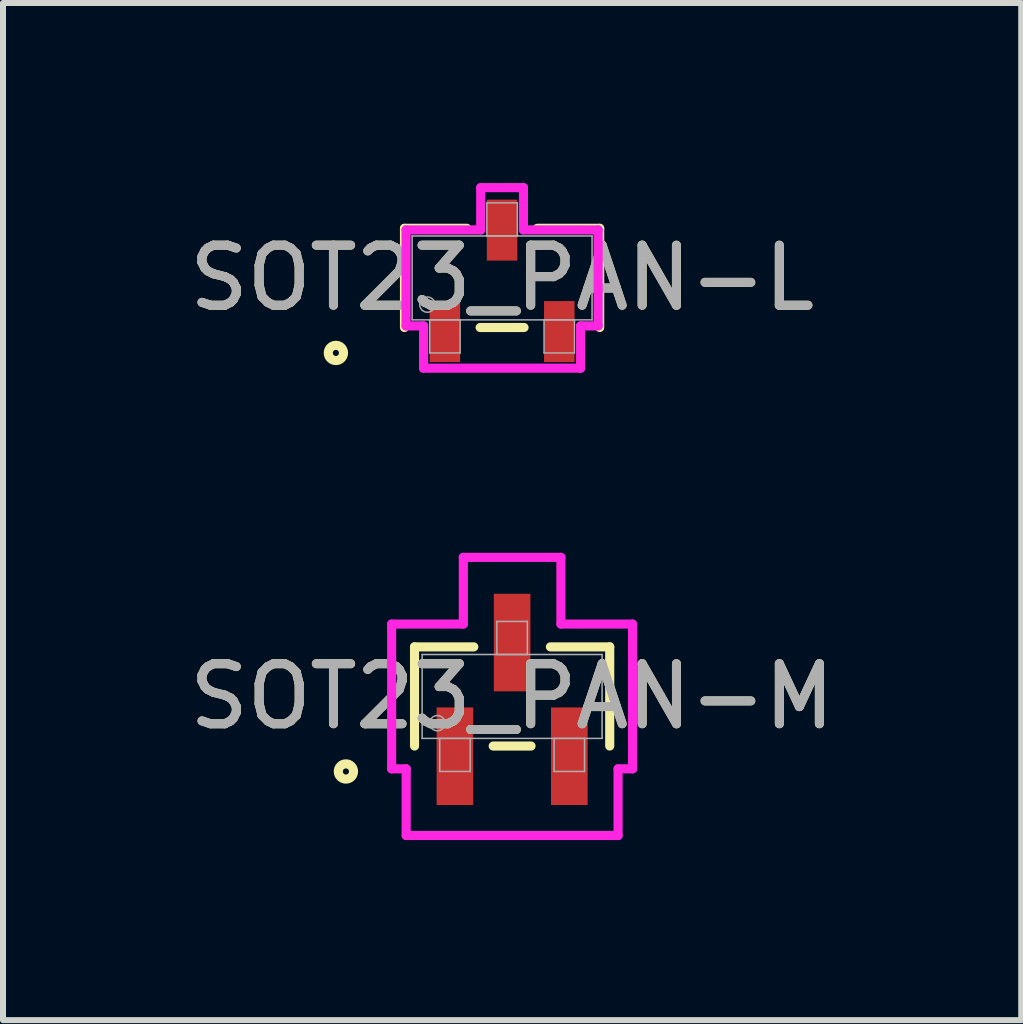
<source format=kicad_pcb>
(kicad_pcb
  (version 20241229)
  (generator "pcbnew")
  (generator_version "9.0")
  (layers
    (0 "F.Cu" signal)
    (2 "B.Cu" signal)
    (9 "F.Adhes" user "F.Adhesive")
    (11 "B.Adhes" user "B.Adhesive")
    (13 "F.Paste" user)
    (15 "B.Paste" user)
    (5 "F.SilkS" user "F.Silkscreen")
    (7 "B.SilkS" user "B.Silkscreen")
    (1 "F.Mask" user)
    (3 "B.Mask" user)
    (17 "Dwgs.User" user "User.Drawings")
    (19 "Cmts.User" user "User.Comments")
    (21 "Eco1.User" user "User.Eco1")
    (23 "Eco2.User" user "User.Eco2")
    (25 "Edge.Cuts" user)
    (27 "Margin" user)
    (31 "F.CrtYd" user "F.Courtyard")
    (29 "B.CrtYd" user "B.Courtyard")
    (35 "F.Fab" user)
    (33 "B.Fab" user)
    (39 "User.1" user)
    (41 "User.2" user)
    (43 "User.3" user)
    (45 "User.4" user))
  (footprint "SOT23_PAN-M"
    (layer "F.Cu")
    (at 5.482 8.553)
    (property "Reference" "SOT23_PAN-M" (at 0 0 0) (unlocked yes) (layer "F.SilkS") (effects (font (size 1 1) (thickness 0.15))))
    (attr smd)
    (fp_line (start -1.626 -0.826) (end -1.626 0.826) (stroke (width 0.152) (type solid)) (layer "F.SilkS"))
    (fp_line (start -0.638 -0.826) (end -1.626 -0.826) (stroke (width 0.152) (type solid)) (layer "F.SilkS"))
    (fp_line (start -0.315 0.826) (end 0.315 0.826) (stroke (width 0.152) (type solid)) (layer "F.SilkS"))
    (fp_line (start 1.626 -0.826) (end 0.638 -0.826) (stroke (width 0.152) (type solid)) (layer "F.SilkS"))
    (fp_line (start 1.626 0.826) (end 1.626 -0.826) (stroke (width 0.152) (type solid)) (layer "F.SilkS"))
    (fp_circle (center -2.769 1.25) (end -2.642 1.25) (stroke (width 0.152) (type solid)) (fill no) (layer "F.SilkS"))
    (fp_line (start -2.007 -1.206) (end -0.813 -1.206) (stroke (width 0.152) (type solid)) (layer "F.CrtYd"))
    (fp_line (start -2.007 1.206) (end -2.007 -1.206) (stroke (width 0.152) (type solid)) (layer "F.CrtYd"))
    (fp_line (start -2.007 1.206) (end -1.765 1.206) (stroke (width 0.152) (type solid)) (layer "F.CrtYd"))
    (fp_line (start -1.765 1.206) (end -1.765 2.317) (stroke (width 0.152) (type solid)) (layer "F.CrtYd"))
    (fp_line (start -1.765 2.317) (end 1.765 2.317) (stroke (width 0.152) (type solid)) (layer "F.CrtYd"))
    (fp_line (start -0.813 -2.317) (end 0.813 -2.317) (stroke (width 0.152) (type solid)) (layer "F.CrtYd"))
    (fp_line (start -0.813 -1.206) (end -0.813 -2.317) (stroke (width 0.152) (type solid)) (layer "F.CrtYd"))
    (fp_line (start 0.813 -1.206) (end 0.813 -2.317) (stroke (width 0.152) (type solid)) (layer "F.CrtYd"))
    (fp_line (start 1.765 1.206) (end 1.765 2.317) (stroke (width 0.152) (type solid)) (layer "F.CrtYd"))
    (fp_line (start 2.007 -1.206) (end 0.813 -1.206) (stroke (width 0.152) (type solid)) (layer "F.CrtYd"))
    (fp_line (start 2.007 -1.206) (end 2.007 1.206) (stroke (width 0.152) (type solid)) (layer "F.CrtYd"))
    (fp_line (start 2.007 1.206) (end 1.765 1.206) (stroke (width 0.152) (type solid)) (layer "F.CrtYd"))
    (fp_line (start -1.499 -0.699) (end -1.499 0.699) (stroke (width 0.025) (type solid)) (layer "F.Fab"))
    (fp_line (start -1.499 0.699) (end 1.499 0.699) (stroke (width 0.025) (type solid)) (layer "F.Fab"))
    (fp_line (start -1.206 0.699) (end -1.206 1.25) (stroke (width 0.025) (type solid)) (layer "F.Fab"))
    (fp_line (start -1.206 1.25) (end -0.699 1.25) (stroke (width 0.025) (type solid)) (layer "F.Fab"))
    (fp_line (start -0.699 0.699) (end -1.206 0.699) (stroke (width 0.025) (type solid)) (layer "F.Fab"))
    (fp_line (start -0.699 1.25) (end -0.699 0.699) (stroke (width 0.025) (type solid)) (layer "F.Fab"))
    (fp_line (start -0.254 -1.25) (end -0.254 -0.699) (stroke (width 0.025) (type solid)) (layer "F.Fab"))
    (fp_line (start -0.254 -0.699) (end 0.254 -0.699) (stroke (width 0.025) (type solid)) (layer "F.Fab"))
    (fp_line (start 0.254 -1.25) (end -0.254 -1.25) (stroke (width 0.025) (type solid)) (layer "F.Fab"))
    (fp_line (start 0.254 -0.699) (end 0.254 -1.25) (stroke (width 0.025) (type solid)) (layer "F.Fab"))
    (fp_line (start 0.699 0.699) (end 0.699 1.25) (stroke (width 0.025) (type solid)) (layer "F.Fab"))
    (fp_line (start 0.699 1.25) (end 1.206 1.25) (stroke (width 0.025) (type solid)) (layer "F.Fab"))
    (fp_line (start 1.206 0.699) (end 0.699 0.699) (stroke (width 0.025) (type solid)) (layer "F.Fab"))
    (fp_line (start 1.206 1.25) (end 1.206 0.699) (stroke (width 0.025) (type solid)) (layer "F.Fab"))
    (fp_line (start 1.499 -0.699) (end -1.499 -0.699) (stroke (width 0.025) (type solid)) (layer "F.Fab"))
    (fp_line (start 1.499 0.699) (end 1.499 -0.699) (stroke (width 0.025) (type solid)) (layer "F.Fab"))
    (fp_circle (center -1.245 0.445) (end -1.118 0.445) (stroke (width 0.025) (type solid)) (fill no) (layer "F.Fab"))
    (fp_text user "${REFERENCE}" (at 0 0 0) (unlocked yes) (layer "F.Fab") (effects (font (size 1 1) (thickness 0.15))))
    (pad "1" smd rect (at -0.953 0.996) (size 0.61 1.626) (layers "F.Cu" "F.Mask" "F.Paste"))
    (pad "2" smd rect (at 0.953 0.996) (size 0.61 1.626) (layers "F.Cu" "F.Mask" "F.Paste"))
    (pad "3" smd rect (at 0 -0.898) (size 0.61 1.626) (layers "F.Cu" "F.Mask" "F.Paste")))
  (footprint "SOT23_PAN-L"
    (layer "F.Cu")
    (at 5.315 1.58)
    (property "Reference" "SOT23_PAN-L" (at 0 0 0) (unlocked yes) (layer "F.SilkS") (effects (font (size 1 1) (thickness 0.15))))
    (attr smd)
    (fp_line (start -1.626 -0.826) (end -1.626 0.826) (stroke (width 0.152) (type solid)) (layer "F.SilkS"))
    (fp_line (start -0.587 -0.826) (end -1.626 -0.826) (stroke (width 0.152) (type solid)) (layer "F.SilkS"))
    (fp_line (start -0.366 0.826) (end 0.366 0.826) (stroke (width 0.152) (type solid)) (layer "F.SilkS"))
    (fp_line (start 1.626 -0.826) (end 0.587 -0.826) (stroke (width 0.152) (type solid)) (layer "F.SilkS"))
    (fp_line (start 1.626 0.826) (end 1.626 -0.826) (stroke (width 0.152) (type solid)) (layer "F.SilkS"))
    (fp_circle (center -2.769 1.25) (end -2.642 1.25) (stroke (width 0.152) (type solid)) (fill no) (layer "F.SilkS"))
    (fp_line (start -1.6 -0.8) (end -0.356 -0.8) (stroke (width 0.152) (type solid)) (layer "F.CrtYd"))
    (fp_line (start -1.6 0.8) (end -1.6 -0.8) (stroke (width 0.152) (type solid)) (layer "F.CrtYd"))
    (fp_line (start -1.6 0.8) (end -1.308 0.8) (stroke (width 0.152) (type solid)) (layer "F.CrtYd"))
    (fp_line (start -1.308 0.8) (end -1.308 1.504) (stroke (width 0.152) (type solid)) (layer "F.CrtYd"))
    (fp_line (start -1.308 1.504) (end 1.308 1.504) (stroke (width 0.152) (type solid)) (layer "F.CrtYd"))
    (fp_line (start -0.356 -1.504) (end 0.356 -1.504) (stroke (width 0.152) (type solid)) (layer "F.CrtYd"))
    (fp_line (start -0.356 -0.8) (end -0.356 -1.504) (stroke (width 0.152) (type solid)) (layer "F.CrtYd"))
    (fp_line (start 0.356 -0.8) (end 0.356 -1.504) (stroke (width 0.152) (type solid)) (layer "F.CrtYd"))
    (fp_line (start 1.308 0.8) (end 1.308 1.504) (stroke (width 0.152) (type solid)) (layer "F.CrtYd"))
    (fp_line (start 1.6 -0.8) (end 0.356 -0.8) (stroke (width 0.152) (type solid)) (layer "F.CrtYd"))
    (fp_line (start 1.6 -0.8) (end 1.6 0.8) (stroke (width 0.152) (type solid)) (layer "F.CrtYd"))
    (fp_line (start 1.6 0.8) (end 1.308 0.8) (stroke (width 0.152) (type solid)) (layer "F.CrtYd"))
    (fp_line (start -1.499 -0.699) (end -1.499 0.699) (stroke (width 0.025) (type solid)) (layer "F.Fab"))
    (fp_line (start -1.499 0.699) (end 1.499 0.699) (stroke (width 0.025) (type solid)) (layer "F.Fab"))
    (fp_line (start -1.206 0.699) (end -1.206 1.25) (stroke (width 0.025) (type solid)) (layer "F.Fab"))
    (fp_line (start -1.206 1.25) (end -0.699 1.25) (stroke (width 0.025) (type solid)) (layer "F.Fab"))
    (fp_line (start -0.699 0.699) (end -1.206 0.699) (stroke (width 0.025) (type solid)) (layer "F.Fab"))
    (fp_line (start -0.699 1.25) (end -0.699 0.699) (stroke (width 0.025) (type solid)) (layer "F.Fab"))
    (fp_line (start -0.254 -1.25) (end -0.254 -0.699) (stroke (width 0.025) (type solid)) (layer "F.Fab"))
    (fp_line (start -0.254 -0.699) (end 0.254 -0.699) (stroke (width 0.025) (type solid)) (layer "F.Fab"))
    (fp_line (start 0.254 -1.25) (end -0.254 -1.25) (stroke (width 0.025) (type solid)) (layer "F.Fab"))
    (fp_line (start 0.254 -0.699) (end 0.254 -1.25) (stroke (width 0.025) (type solid)) (layer "F.Fab"))
    (fp_line (start 0.699 0.699) (end 0.699 1.25) (stroke (width 0.025) (type solid)) (layer "F.Fab"))
    (fp_line (start 0.699 1.25) (end 1.206 1.25) (stroke (width 0.025) (type solid)) (layer "F.Fab"))
    (fp_line (start 1.206 0.699) (end 0.699 0.699) (stroke (width 0.025) (type solid)) (layer "F.Fab"))
    (fp_line (start 1.206 1.25) (end 1.206 0.699) (stroke (width 0.025) (type solid)) (layer "F.Fab"))
    (fp_line (start 1.499 -0.699) (end -1.499 -0.699) (stroke (width 0.025) (type solid)) (layer "F.Fab"))
    (fp_line (start 1.499 0.699) (end 1.499 -0.699) (stroke (width 0.025) (type solid)) (layer "F.Fab"))
    (fp_circle (center -1.245 0.445) (end -1.118 0.445) (stroke (width 0.025) (type solid)) (fill no) (layer "F.Fab"))
    (fp_text user "${REFERENCE}" (at 0 0 0) (unlocked yes) (layer "F.Fab") (effects (font (size 1 1) (thickness 0.15))))
    (pad "1" smd rect (at -0.953 0.894) (size 0.508 1.016) (layers "F.Cu" "F.Mask" "F.Paste"))
    (pad "2" smd rect (at 0.953 0.894) (size 0.508 1.016) (layers "F.Cu" "F.Mask" "F.Paste"))
    (pad "3" smd rect (at 0 -0.796) (size 0.508 1.016) (layers "F.Cu" "F.Mask" "F.Paste")))
  (gr_rect
    (start -3 -3)
    (end 13.964 13.946)
    (stroke (width 0.1) (type default))
    (fill no)
    (layer "Edge.Cuts")))
</source>
